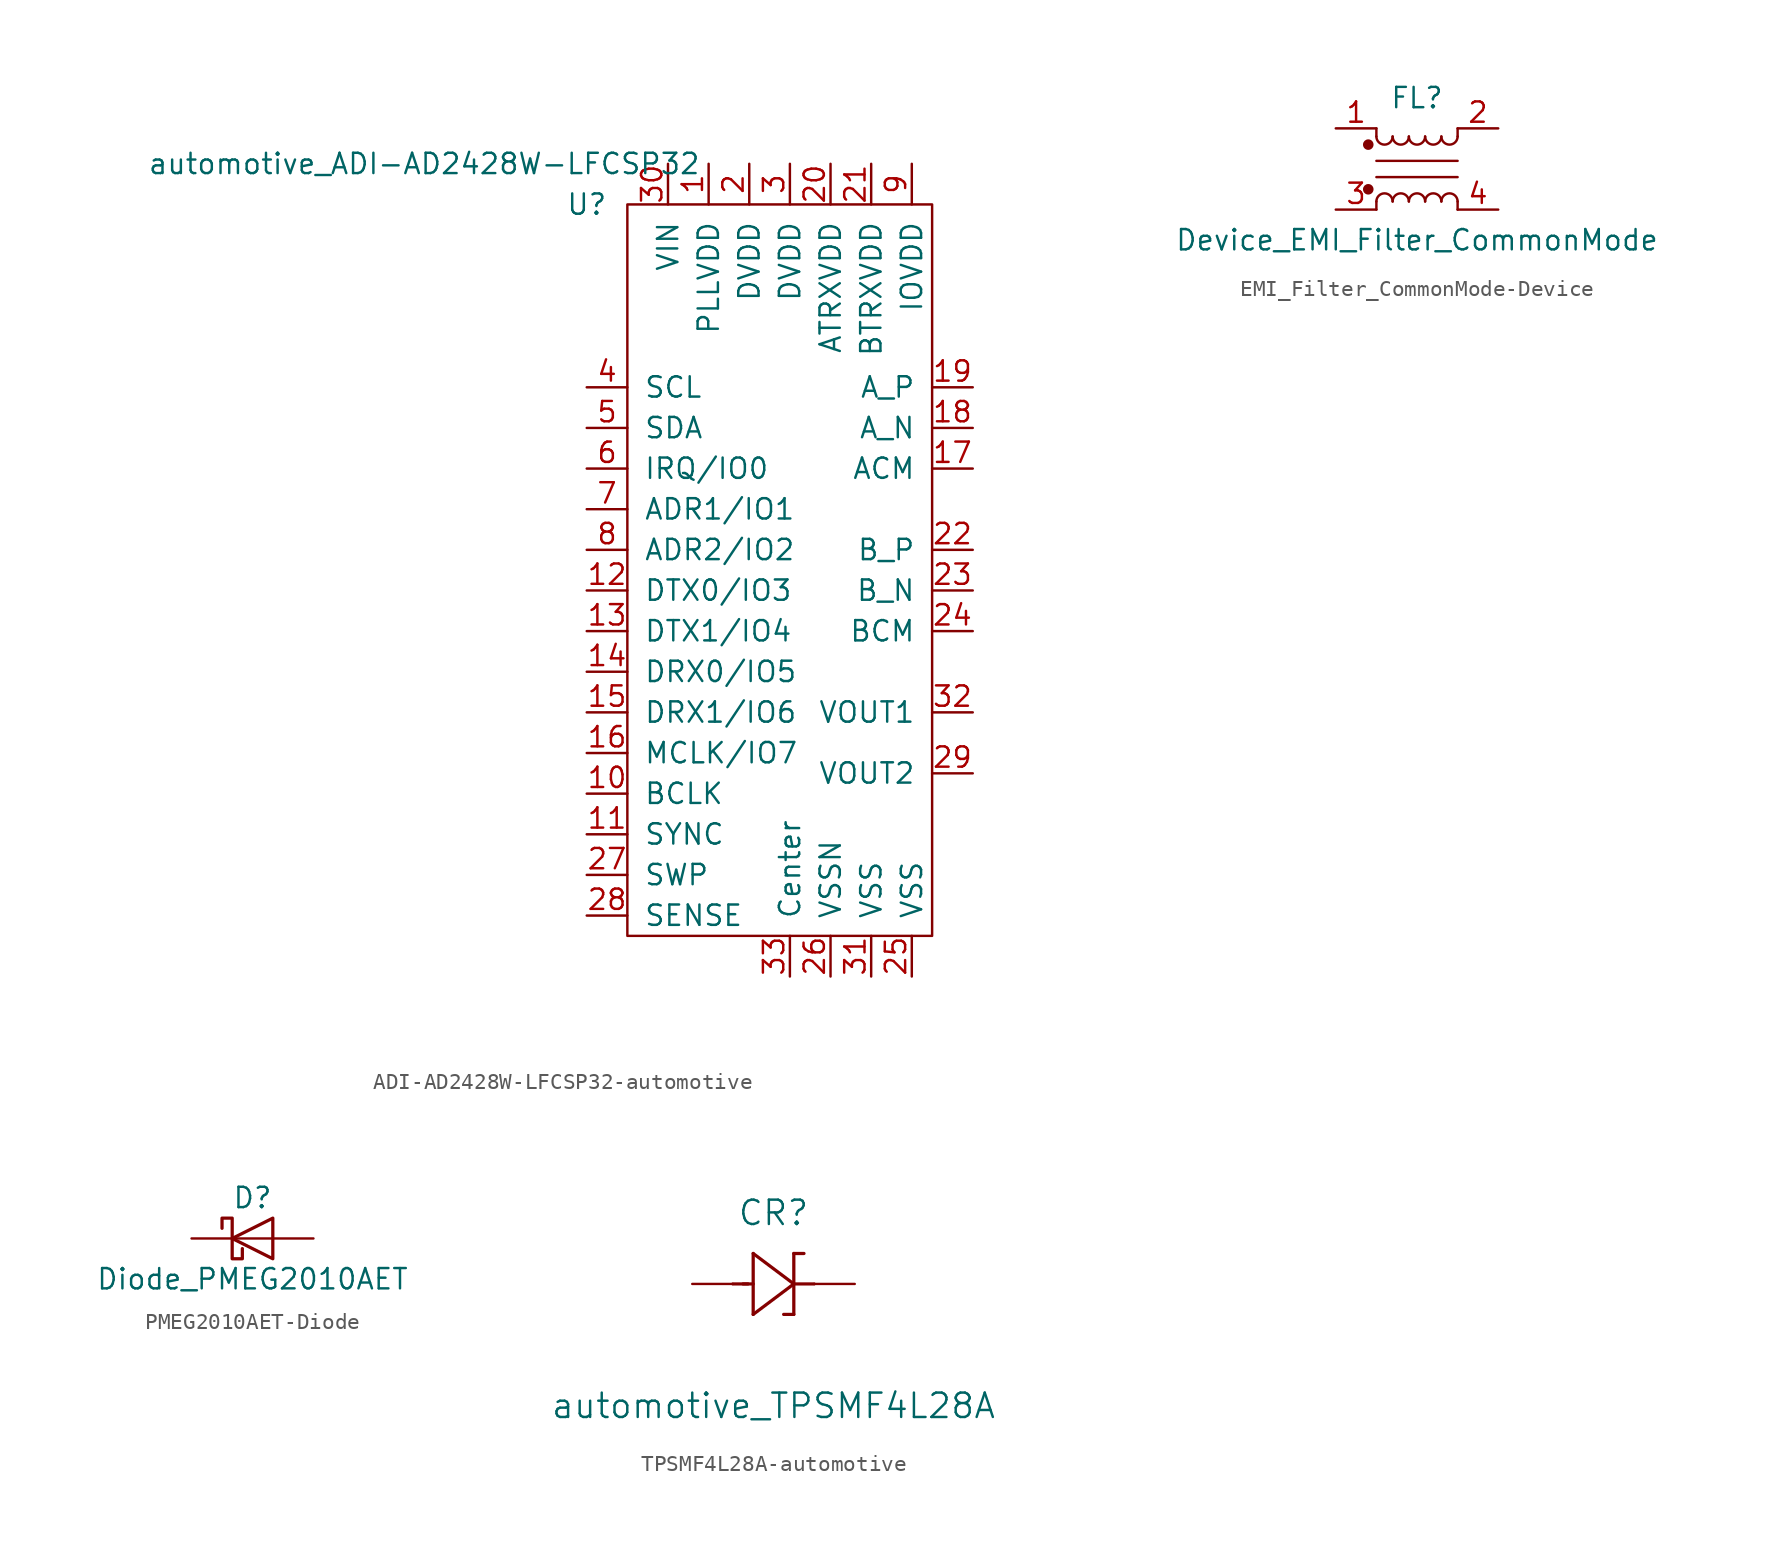
<source format=kicad_sym>
(kicad_symbol_lib
  (version 20220914)
  (generator kicad_symbol_editor)
  (symbol "ADI-AD2428W-LFCSP32-automotive"
    (pin_names
      (offset 1.016))
    (property "Reference" "U"
      (at -11.43 -6.35 0)
      (effects (font (size 1.27 1.27))))
    (property "Value" "automotive_ADI-AD2428W-LFCSP32"
      (at -21.59 -3.81 0)
      (effects (font (size 1.27 1.27))))
    (symbol "ADI-AD2428W-LFCSP32-automotive_0_1"
      (rectangle (start -8.89 -6.35) (end 10.16 -52.07) (stroke (width 0) (type solid)) (fill (type none))))
    (symbol "ADI-AD2428W-LFCSP32-automotive_1_1"
      (pin power_in line (at -3.81 -3.81 270) (length 2.54) (name "PLLVDD" (effects (font (size 1.27 1.27)))) (number "1" (effects (font (size 1.27 1.27)))))
      (pin bidirectional line (at -11.43 -43.18 0) (length 2.54) (name "BCLK" (effects (font (size 1.27 1.27)))) (number "10" (effects (font (size 1.27 1.27)))))
      (pin bidirectional line (at -11.43 -45.72 0) (length 2.54) (name "SYNC" (effects (font (size 1.27 1.27)))) (number "11" (effects (font (size 1.27 1.27)))))
      (pin bidirectional line (at -11.43 -30.48 0) (length 2.54) (name "DTX0/IO3" (effects (font (size 1.27 1.27)))) (number "12" (effects (font (size 1.27 1.27)))))
      (pin bidirectional line (at -11.43 -33.02 0) (length 2.54) (name "DTX1/IO4" (effects (font (size 1.27 1.27)))) (number "13" (effects (font (size 1.27 1.27)))))
      (pin bidirectional line (at -11.43 -35.56 0) (length 2.54) (name "DRX0/IO5" (effects (font (size 1.27 1.27)))) (number "14" (effects (font (size 1.27 1.27)))))
      (pin bidirectional line (at -11.43 -38.1 0) (length 2.54) (name "DRX1/IO6" (effects (font (size 1.27 1.27)))) (number "15" (effects (font (size 1.27 1.27)))))
      (pin bidirectional line (at -11.43 -40.64 0) (length 2.54) (name "MCLK/IO7" (effects (font (size 1.27 1.27)))) (number "16" (effects (font (size 1.27 1.27)))))
      (pin input line (at 12.7 -22.86 180) (length 2.54) (name "ACM" (effects (font (size 1.27 1.27)))) (number "17" (effects (font (size 1.27 1.27)))))
      (pin bidirectional line (at 12.7 -20.32 180) (length 2.54) (name "A_N" (effects (font (size 1.27 1.27)))) (number "18" (effects (font (size 1.27 1.27)))))
      (pin bidirectional line (at 12.7 -17.78 180) (length 2.54) (name "A_P" (effects (font (size 1.27 1.27)))) (number "19" (effects (font (size 1.27 1.27)))))
      (pin power_in line (at -1.27 -3.81 270) (length 2.54) (name "DVDD" (effects (font (size 1.27 1.27)))) (number "2" (effects (font (size 1.27 1.27)))))
      (pin power_in line (at 3.81 -3.81 270) (length 2.54) (name "ATRXVDD" (effects (font (size 1.27 1.27)))) (number "20" (effects (font (size 1.27 1.27)))))
      (pin power_in line (at 6.35 -3.81 270) (length 2.54) (name "BTRXVDD" (effects (font (size 1.27 1.27)))) (number "21" (effects (font (size 1.27 1.27)))))
      (pin bidirectional line (at 12.7 -27.94 180) (length 2.54) (name "B_P" (effects (font (size 1.27 1.27)))) (number "22" (effects (font (size 1.27 1.27)))))
      (pin bidirectional line (at 12.7 -30.48 180) (length 2.54) (name "B_N" (effects (font (size 1.27 1.27)))) (number "23" (effects (font (size 1.27 1.27)))))
      (pin input line (at 12.7 -33.02 180) (length 2.54) (name "BCM" (effects (font (size 1.27 1.27)))) (number "24" (effects (font (size 1.27 1.27)))))
      (pin passive line (at 8.89 -54.61 90) (length 2.54) (name "VSS" (effects (font (size 1.27 1.27)))) (number "25" (effects (font (size 1.27 1.27)))))
      (pin passive line (at 3.81 -54.61 90) (length 2.54) (name "VSSN" (effects (font (size 1.27 1.27)))) (number "26" (effects (font (size 1.27 1.27)))))
      (pin output line (at -11.43 -48.26 0) (length 2.54) (name "SWP" (effects (font (size 1.27 1.27)))) (number "27" (effects (font (size 1.27 1.27)))))
      (pin input line (at -11.43 -50.8 0) (length 2.54) (name "SENSE" (effects (font (size 1.27 1.27)))) (number "28" (effects (font (size 1.27 1.27)))))
      (pin power_out line (at 12.7 -41.91 180) (length 2.54) (name "VOUT2" (effects (font (size 1.27 1.27)))) (number "29" (effects (font (size 1.27 1.27)))))
      (pin power_in line (at 1.27 -3.81 270) (length 2.54) (name "DVDD" (effects (font (size 1.27 1.27)))) (number "3" (effects (font (size 1.27 1.27)))))
      (pin power_in line (at -6.35 -3.81 270) (length 2.54) (name "VIN" (effects (font (size 1.27 1.27)))) (number "30" (effects (font (size 1.27 1.27)))))
      (pin passive line (at 6.35 -54.61 90) (length 2.54) (name "VSS" (effects (font (size 1.27 1.27)))) (number "31" (effects (font (size 1.27 1.27)))))
      (pin power_out line (at 12.7 -38.1 180) (length 2.54) (name "VOUT1" (effects (font (size 1.27 1.27)))) (number "32" (effects (font (size 1.27 1.27)))))
      (pin passive line (at 1.27 -54.61 90) (length 2.54) (name "Center" (effects (font (size 1.27 1.27)))) (number "33" (effects (font (size 1.27 1.27)))))
      (pin bidirectional line (at -11.43 -17.78 0) (length 2.54) (name "SCL" (effects (font (size 1.27 1.27)))) (number "4" (effects (font (size 1.27 1.27)))))
      (pin bidirectional line (at -11.43 -20.32 0) (length 2.54) (name "SDA" (effects (font (size 1.27 1.27)))) (number "5" (effects (font (size 1.27 1.27)))))
      (pin bidirectional line (at -11.43 -22.86 0) (length 2.54) (name "IRQ/IO0" (effects (font (size 1.27 1.27)))) (number "6" (effects (font (size 1.27 1.27)))))
      (pin bidirectional line (at -11.43 -25.4 0) (length 2.54) (name "ADR1/IO1" (effects (font (size 1.27 1.27)))) (number "7" (effects (font (size 1.27 1.27)))))
      (pin bidirectional line (at -11.43 -27.94 0) (length 2.54) (name "ADR2/IO2" (effects (font (size 1.27 1.27)))) (number "8" (effects (font (size 1.27 1.27)))))
      (pin power_in line (at 8.89 -3.81 270) (length 2.54) (name "IOVDD" (effects (font (size 1.27 1.27)))) (number "9" (effects (font (size 1.27 1.27)))))))
  (symbol "EMI_Filter_CommonMode-Device"
    (pin_names
      (offset 0.254) hide)
    (property "Reference" "FL"
      (at 0 4.445 0)
      (effects (font (size 1.27 1.27))))
    (property "Value" "Device_EMI_Filter_CommonMode"
      (at 0 -4.445 0)
      (effects (font (size 1.27 1.27))))
    (symbol "EMI_Filter_CommonMode-Device_0_1"
      (circle (center -3.048 -1.27) (radius 0.254) (stroke (width 0) (type solid)) (fill (type outline)))
      (circle (center -3.048 1.524) (radius 0.254) (stroke (width 0) (type solid)) (fill (type outline)))
      (arc (start -2.54 2.032) (mid -2.032 1.5262) (end -1.524 2.032) (stroke (width 0) (type solid)) (fill (type none)))
      (arc (start -1.524 -2.032) (mid -2.032 -1.5262) (end -2.54 -2.032) (stroke (width 0) (type solid)) (fill (type none)))
      (arc (start -1.524 2.032) (mid -1.016 1.5262) (end -0.508 2.032) (stroke (width 0) (type solid)) (fill (type none)))
      (arc (start -0.508 -2.032) (mid -1.016 -1.5262) (end -1.524 -2.032) (stroke (width 0) (type solid)) (fill (type none)))
      (arc (start -0.508 2.032) (mid 0 1.5262) (end 0.508 2.032) (stroke (width 0) (type solid)) (fill (type none)))
      (polyline (pts (xy -2.54 -2.032) (xy -2.54 -2.54)) (stroke (width 0) (type solid)) (fill (type none)))
      (polyline (pts (xy -2.54 0.508) (xy 2.54 0.508)) (stroke (width 0) (type solid)) (fill (type none)))
      (polyline (pts (xy -2.54 2.032) (xy -2.54 2.54)) (stroke (width 0) (type solid)) (fill (type none)))
      (polyline (pts (xy 2.54 -2.032) (xy 2.54 -2.54)) (stroke (width 0) (type solid)) (fill (type none)))
      (polyline (pts (xy 2.54 -0.508) (xy -2.54 -0.508)) (stroke (width 0) (type solid)) (fill (type none)))
      (polyline (pts (xy 2.54 2.54) (xy 2.54 2.032)) (stroke (width 0) (type solid)) (fill (type none)))
      (arc (start 0.508 -2.032) (mid 0 -1.5262) (end -0.508 -2.032) (stroke (width 0) (type solid)) (fill (type none)))
      (arc (start 0.508 2.032) (mid 1.016 1.5262) (end 1.524 2.032) (stroke (width 0) (type solid)) (fill (type none)))
      (arc (start 1.524 -2.032) (mid 1.016 -1.5262) (end 0.508 -2.032) (stroke (width 0) (type solid)) (fill (type none)))
      (arc (start 1.524 2.032) (mid 2.032 1.5262) (end 2.54 2.032) (stroke (width 0) (type solid)) (fill (type none)))
      (arc (start 2.54 -2.032) (mid 2.032 -1.5262) (end 1.524 -2.032) (stroke (width 0) (type solid)) (fill (type none))))
    (symbol "EMI_Filter_CommonMode-Device_1_1"
      (pin passive line (at -5.08 2.54 0) (length 2.54) (name "1" (effects (font (size 1.27 1.27)))) (number "1" (effects (font (size 1.27 1.27)))))
      (pin passive line (at 5.08 2.54 180) (length 2.54) (name "2" (effects (font (size 1.27 1.27)))) (number "2" (effects (font (size 1.27 1.27)))))
      (pin passive line (at -5.08 -2.54 0) (length 2.54) (name "3" (effects (font (size 1.27 1.27)))) (number "3" (effects (font (size 1.27 1.27)))))
      (pin passive line (at 5.08 -2.54 180) (length 2.54) (name "4" (effects (font (size 1.27 1.27)))) (number "4" (effects (font (size 1.27 1.27)))))))
  (symbol "PMEG2010AET-Diode"
    (pin_numbers hide)
    (pin_names hide)
    (property "Reference" "D"
      (at 0 2.54 0)
      (effects (font (size 1.27 1.27))))
    (property "Value" "Diode_PMEG2010AET"
      (at 0 -2.54 0)
      (effects (font (size 1.27 1.27))))
    (symbol "PMEG2010AET-Diode_0_1"
      (polyline (pts (xy 1.27 0) (xy -1.27 0)) (stroke (width 0) (type solid)) (fill (type none)))
      (polyline (pts (xy 1.27 -1.27) (xy 1.27 1.27) (xy -1.27 0) (xy 1.27 -1.27)) (stroke (width 0.203) (type solid)) (fill (type none)))
      (polyline (pts (xy -1.905 0.635) (xy -1.905 1.27) (xy -1.27 1.27) (xy -1.27 -1.27) (xy -0.635 -1.27) (xy -0.635 -0.635)) (stroke (width 0.203) (type solid)) (fill (type none))))
    (symbol "PMEG2010AET-Diode_1_1"
      (pin passive line (at -3.81 0 0) (length 2.54) (name "K" (effects (font (size 1.27 1.27)))) (number "1" (effects (font (size 1.27 1.27)))))
      (pin passive line (at 3.81 0 180) (length 2.54) (name "A" (effects (font (size 1.27 1.27)))) (number "2" (effects (font (size 1.27 1.27)))))))
  (symbol "TPSMF4L28A-automotive"
    (pin_numbers hide)
    (pin_names hide)
    (property "Reference" "CR"
      (at 5.08 4.445 0)
      (effects (font (size 1.524 1.524))))
    (property "Value" "automotive_TPSMF4L28A"
      (at 5.08 -7.62 0)
      (effects (font (size 1.524 1.524))))
    (property "Datasheet" ""
      (at 0 0 0)
      (effects (font (size 1.524 1.524))))
    (property "ki_locked" ""
      (at 0 0 0)
      (effects (font (size 1.27 1.27))))
    (symbol "TPSMF4L28A-automotive_1_1"
      (polyline (pts (xy 2.54 0) (xy 3.48 0)) (stroke (width 0.203) (type solid)) (fill (type none)))
      (polyline (pts (xy 3.175 0) (xy 3.81 0)) (stroke (width 0.203) (type solid)) (fill (type none)))
      (polyline (pts (xy 3.81 -1.905) (xy 6.35 0)) (stroke (width 0.203) (type solid)) (fill (type none)))
      (polyline (pts (xy 3.81 1.905) (xy 3.81 -1.905)) (stroke (width 0.203) (type solid)) (fill (type none)))
      (polyline (pts (xy 6.35 -1.905) (xy 5.715 -1.905)) (stroke (width 0.203) (type solid)) (fill (type none)))
      (polyline (pts (xy 6.35 -1.905) (xy 6.35 1.905)) (stroke (width 0.203) (type solid)) (fill (type none)))
      (polyline (pts (xy 6.35 0) (xy 3.81 1.905)) (stroke (width 0.203) (type solid)) (fill (type none)))
      (polyline (pts (xy 6.35 0) (xy 7.62 0)) (stroke (width 0.203) (type solid)) (fill (type none)))
      (polyline (pts (xy 6.35 1.905) (xy 6.985 1.905)) (stroke (width 0.203) (type solid)) (fill (type none)))
      (pin unspecified line (at 10.16 0 180) (length 2.54) (name "~" (effects (font (size 1.499 1.499)))) (number "1" (effects (font (size 1.499 1.499)))))
      (pin unspecified line (at 0 0 0) (length 2.54) (name "~" (effects (font (size 1.499 1.499)))) (number "2" (effects (font (size 1.499 1.499))))))))
</source>
